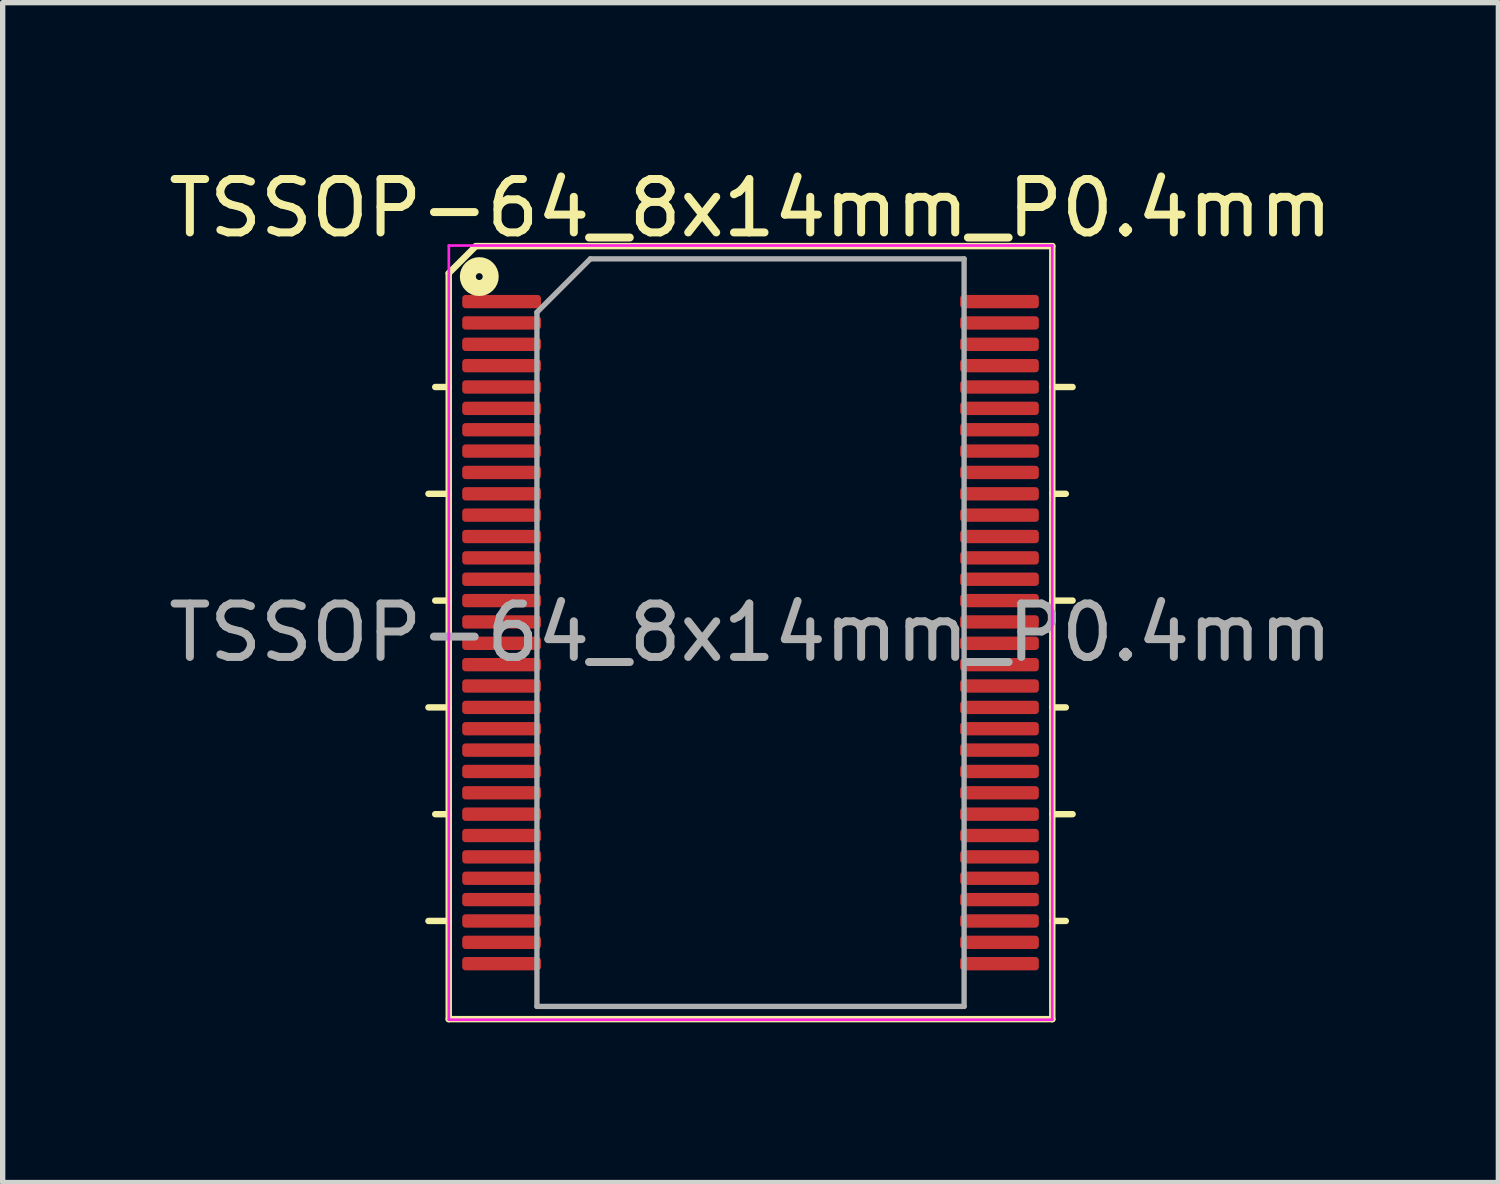
<source format=kicad_pcb>
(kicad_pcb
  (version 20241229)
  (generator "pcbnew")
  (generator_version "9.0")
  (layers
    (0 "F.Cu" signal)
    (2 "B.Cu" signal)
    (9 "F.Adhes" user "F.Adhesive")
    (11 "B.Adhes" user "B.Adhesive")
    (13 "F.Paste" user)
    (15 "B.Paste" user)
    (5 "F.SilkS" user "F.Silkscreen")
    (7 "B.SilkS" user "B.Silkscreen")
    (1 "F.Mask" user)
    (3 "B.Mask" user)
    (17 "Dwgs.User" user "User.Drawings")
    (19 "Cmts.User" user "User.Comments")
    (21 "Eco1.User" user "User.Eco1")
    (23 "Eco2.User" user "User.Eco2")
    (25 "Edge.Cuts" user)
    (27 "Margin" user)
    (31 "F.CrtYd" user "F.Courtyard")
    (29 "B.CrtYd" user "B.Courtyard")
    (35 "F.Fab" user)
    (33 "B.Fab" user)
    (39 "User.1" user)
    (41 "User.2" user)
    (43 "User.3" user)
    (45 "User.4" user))
  (footprint "TSSOP-64_8x14mm_P0.4mm"
    (layer "F.Cu")
    (at 11.006 8.798)
    (property "Reference" "TSSOP-64_8x14mm_P0.4mm" (at 0 -7.95 0) (layer "F.SilkS") (effects (font (size 1 1) (thickness 0.15))))
    (attr smd)
    (fp_line (start -5.652 -6.731) (end -5.652 7.239) (stroke (width 0.12) (type solid)) (layer "F.SilkS"))
    (fp_line (start -5.652 -6.731) (end -5.144 -7.239) (stroke (width 0.12) (type solid)) (layer "F.SilkS"))
    (fp_line (start -5.652 -4.6) (end -5.905 -4.6) (stroke (width 0.12) (type solid)) (layer "F.SilkS"))
    (fp_line (start -5.652 -2.6) (end -6.032 -2.6) (stroke (width 0.12) (type solid)) (layer "F.SilkS"))
    (fp_line (start -5.652 -0.6) (end -5.905 -0.6) (stroke (width 0.12) (type solid)) (layer "F.SilkS"))
    (fp_line (start -5.652 1.4) (end -6.032 1.4) (stroke (width 0.12) (type solid)) (layer "F.SilkS"))
    (fp_line (start -5.652 3.4) (end -5.905 3.4) (stroke (width 0.12) (type solid)) (layer "F.SilkS"))
    (fp_line (start -5.652 5.4) (end -6.032 5.4) (stroke (width 0.12) (type solid)) (layer "F.SilkS"))
    (fp_line (start -5.652 7.239) (end 5.652 7.239) (stroke (width 0.12) (type solid)) (layer "F.SilkS"))
    (fp_line (start 5.652 -7.239) (end -5.144 -7.239) (stroke (width 0.12) (type solid)) (layer "F.SilkS"))
    (fp_line (start 5.652 5.4) (end 5.905 5.4) (stroke (width 0.12) (type solid)) (layer "F.SilkS"))
    (fp_line (start 5.652 7.239) (end 5.652 -7.239) (stroke (width 0.12) (type solid)) (layer "F.SilkS"))
    (fp_line (start 5.905 -2.6) (end 5.652 -2.6) (stroke (width 0.12) (type solid)) (layer "F.SilkS"))
    (fp_line (start 5.905 1.4) (end 5.652 1.4) (stroke (width 0.12) (type solid)) (layer "F.SilkS"))
    (fp_line (start 6.032 -4.6) (end 5.652 -4.6) (stroke (width 0.12) (type solid)) (layer "F.SilkS"))
    (fp_line (start 6.032 -0.6) (end 5.652 -0.6) (stroke (width 0.12) (type solid)) (layer "F.SilkS"))
    (fp_line (start 6.032 3.4) (end 5.652 3.4) (stroke (width 0.12) (type solid)) (layer "F.SilkS"))
    (fp_circle (center -5.08 -6.668) (end -5.016 -6.668) (stroke (width 0.3) (type solid)) (fill no) (layer "F.SilkS"))
    (fp_line (start -5.65 -7.25) (end -5.65 7.25) (stroke (width 0.05) (type solid)) (layer "F.CrtYd"))
    (fp_line (start -5.65 7.25) (end 5.65 7.25) (stroke (width 0.05) (type solid)) (layer "F.CrtYd"))
    (fp_line (start 5.65 -7.25) (end -5.65 -7.25) (stroke (width 0.05) (type solid)) (layer "F.CrtYd"))
    (fp_line (start 5.65 7.25) (end 5.65 -7.25) (stroke (width 0.05) (type solid)) (layer "F.CrtYd"))
    (fp_line (start -4 -6) (end -3 -7) (stroke (width 0.1) (type solid)) (layer "F.Fab"))
    (fp_line (start -4 7) (end -4 -6) (stroke (width 0.1) (type solid)) (layer "F.Fab"))
    (fp_line (start -3 -7) (end 4 -7) (stroke (width 0.1) (type solid)) (layer "F.Fab"))
    (fp_line (start 4 -7) (end 4 7) (stroke (width 0.1) (type solid)) (layer "F.Fab"))
    (fp_line (start 4 7) (end -4 7) (stroke (width 0.1) (type solid)) (layer "F.Fab"))
    (fp_text user "${REFERENCE}" (at 0 0 0) (layer "F.Fab") (effects (font (size 1 1) (thickness 0.15))))
    (pad "1" smd roundrect (at -4.662 -6.2) (size 1.475 0.25) (layers "F.Cu" "F.Mask" "F.Paste") (roundrect_rratio 0.25))
    (pad "2" smd roundrect (at -4.662 -5.8) (size 1.475 0.25) (layers "F.Cu" "F.Mask" "F.Paste") (roundrect_rratio 0.25))
    (pad "3" smd roundrect (at -4.662 -5.4) (size 1.475 0.25) (layers "F.Cu" "F.Mask" "F.Paste") (roundrect_rratio 0.25))
    (pad "4" smd roundrect (at -4.662 -5) (size 1.475 0.25) (layers "F.Cu" "F.Mask" "F.Paste") (roundrect_rratio 0.25))
    (pad "5" smd roundrect (at -4.662 -4.6) (size 1.475 0.25) (layers "F.Cu" "F.Mask" "F.Paste") (roundrect_rratio 0.25))
    (pad "6" smd roundrect (at -4.662 -4.2) (size 1.475 0.25) (layers "F.Cu" "F.Mask" "F.Paste") (roundrect_rratio 0.25))
    (pad "7" smd roundrect (at -4.662 -3.8) (size 1.475 0.25) (layers "F.Cu" "F.Mask" "F.Paste") (roundrect_rratio 0.25))
    (pad "8" smd roundrect (at -4.662 -3.4) (size 1.475 0.25) (layers "F.Cu" "F.Mask" "F.Paste") (roundrect_rratio 0.25))
    (pad "9" smd roundrect (at -4.662 -3) (size 1.475 0.25) (layers "F.Cu" "F.Mask" "F.Paste") (roundrect_rratio 0.25))
    (pad "10" smd roundrect (at -4.662 -2.6) (size 1.475 0.25) (layers "F.Cu" "F.Mask" "F.Paste") (roundrect_rratio 0.25))
    (pad "11" smd roundrect (at -4.662 -2.2) (size 1.475 0.25) (layers "F.Cu" "F.Mask" "F.Paste") (roundrect_rratio 0.25))
    (pad "12" smd roundrect (at -4.662 -1.8) (size 1.475 0.25) (layers "F.Cu" "F.Mask" "F.Paste") (roundrect_rratio 0.25))
    (pad "13" smd roundrect (at -4.662 -1.4) (size 1.475 0.25) (layers "F.Cu" "F.Mask" "F.Paste") (roundrect_rratio 0.25))
    (pad "14" smd roundrect (at -4.662 -1) (size 1.475 0.25) (layers "F.Cu" "F.Mask" "F.Paste") (roundrect_rratio 0.25))
    (pad "15" smd roundrect (at -4.662 -0.6) (size 1.475 0.25) (layers "F.Cu" "F.Mask" "F.Paste") (roundrect_rratio 0.25))
    (pad "16" smd roundrect (at -4.662 -0.2) (size 1.475 0.25) (layers "F.Cu" "F.Mask" "F.Paste") (roundrect_rratio 0.25))
    (pad "17" smd roundrect (at -4.662 0.2) (size 1.475 0.25) (layers "F.Cu" "F.Mask" "F.Paste") (roundrect_rratio 0.25))
    (pad "18" smd roundrect (at -4.662 0.6) (size 1.475 0.25) (layers "F.Cu" "F.Mask" "F.Paste") (roundrect_rratio 0.25))
    (pad "19" smd roundrect (at -4.662 1) (size 1.475 0.25) (layers "F.Cu" "F.Mask" "F.Paste") (roundrect_rratio 0.25))
    (pad "20" smd roundrect (at -4.662 1.4) (size 1.475 0.25) (layers "F.Cu" "F.Mask" "F.Paste") (roundrect_rratio 0.25))
    (pad "21" smd roundrect (at -4.662 1.8) (size 1.475 0.25) (layers "F.Cu" "F.Mask" "F.Paste") (roundrect_rratio 0.25))
    (pad "22" smd roundrect (at -4.662 2.2) (size 1.475 0.25) (layers "F.Cu" "F.Mask" "F.Paste") (roundrect_rratio 0.25))
    (pad "23" smd roundrect (at -4.662 2.6) (size 1.475 0.25) (layers "F.Cu" "F.Mask" "F.Paste") (roundrect_rratio 0.25))
    (pad "24" smd roundrect (at -4.662 3) (size 1.475 0.25) (layers "F.Cu" "F.Mask" "F.Paste") (roundrect_rratio 0.25))
    (pad "25" smd roundrect (at -4.662 3.4) (size 1.475 0.25) (layers "F.Cu" "F.Mask" "F.Paste") (roundrect_rratio 0.25))
    (pad "26" smd roundrect (at -4.662 3.8) (size 1.475 0.25) (layers "F.Cu" "F.Mask" "F.Paste") (roundrect_rratio 0.25))
    (pad "27" smd roundrect (at -4.662 4.2) (size 1.475 0.25) (layers "F.Cu" "F.Mask" "F.Paste") (roundrect_rratio 0.25))
    (pad "28" smd roundrect (at -4.662 4.6) (size 1.475 0.25) (layers "F.Cu" "F.Mask" "F.Paste") (roundrect_rratio 0.25))
    (pad "29" smd roundrect (at -4.662 5) (size 1.475 0.25) (layers "F.Cu" "F.Mask" "F.Paste") (roundrect_rratio 0.25))
    (pad "30" smd roundrect (at -4.662 5.4) (size 1.475 0.25) (layers "F.Cu" "F.Mask" "F.Paste") (roundrect_rratio 0.25))
    (pad "31" smd roundrect (at -4.662 5.8) (size 1.475 0.25) (layers "F.Cu" "F.Mask" "F.Paste") (roundrect_rratio 0.25))
    (pad "32" smd roundrect (at -4.662 6.2) (size 1.475 0.25) (layers "F.Cu" "F.Mask" "F.Paste") (roundrect_rratio 0.25))
    (pad "33" smd roundrect (at 4.662 6.2) (size 1.475 0.25) (layers "F.Cu" "F.Mask" "F.Paste") (roundrect_rratio 0.25))
    (pad "34" smd roundrect (at 4.662 5.8) (size 1.475 0.25) (layers "F.Cu" "F.Mask" "F.Paste") (roundrect_rratio 0.25))
    (pad "35" smd roundrect (at 4.662 5.4) (size 1.475 0.25) (layers "F.Cu" "F.Mask" "F.Paste") (roundrect_rratio 0.25))
    (pad "36" smd roundrect (at 4.662 5) (size 1.475 0.25) (layers "F.Cu" "F.Mask" "F.Paste") (roundrect_rratio 0.25))
    (pad "37" smd roundrect (at 4.662 4.6) (size 1.475 0.25) (layers "F.Cu" "F.Mask" "F.Paste") (roundrect_rratio 0.25))
    (pad "38" smd roundrect (at 4.662 4.2) (size 1.475 0.25) (layers "F.Cu" "F.Mask" "F.Paste") (roundrect_rratio 0.25))
    (pad "39" smd roundrect (at 4.662 3.8) (size 1.475 0.25) (layers "F.Cu" "F.Mask" "F.Paste") (roundrect_rratio 0.25))
    (pad "40" smd roundrect (at 4.662 3.4) (size 1.475 0.25) (layers "F.Cu" "F.Mask" "F.Paste") (roundrect_rratio 0.25))
    (pad "41" smd roundrect (at 4.662 3) (size 1.475 0.25) (layers "F.Cu" "F.Mask" "F.Paste") (roundrect_rratio 0.25))
    (pad "42" smd roundrect (at 4.662 2.6) (size 1.475 0.25) (layers "F.Cu" "F.Mask" "F.Paste") (roundrect_rratio 0.25))
    (pad "43" smd roundrect (at 4.662 2.2) (size 1.475 0.25) (layers "F.Cu" "F.Mask" "F.Paste") (roundrect_rratio 0.25))
    (pad "44" smd roundrect (at 4.662 1.8) (size 1.475 0.25) (layers "F.Cu" "F.Mask" "F.Paste") (roundrect_rratio 0.25))
    (pad "45" smd roundrect (at 4.662 1.4) (size 1.475 0.25) (layers "F.Cu" "F.Mask" "F.Paste") (roundrect_rratio 0.25))
    (pad "46" smd roundrect (at 4.662 1) (size 1.475 0.25) (layers "F.Cu" "F.Mask" "F.Paste") (roundrect_rratio 0.25))
    (pad "47" smd roundrect (at 4.662 0.6) (size 1.475 0.25) (layers "F.Cu" "F.Mask" "F.Paste") (roundrect_rratio 0.25))
    (pad "48" smd roundrect (at 4.662 0.2) (size 1.475 0.25) (layers "F.Cu" "F.Mask" "F.Paste") (roundrect_rratio 0.25))
    (pad "49" smd roundrect (at 4.662 -0.2) (size 1.475 0.25) (layers "F.Cu" "F.Mask" "F.Paste") (roundrect_rratio 0.25))
    (pad "50" smd roundrect (at 4.662 -0.6) (size 1.475 0.25) (layers "F.Cu" "F.Mask" "F.Paste") (roundrect_rratio 0.25))
    (pad "51" smd roundrect (at 4.662 -1) (size 1.475 0.25) (layers "F.Cu" "F.Mask" "F.Paste") (roundrect_rratio 0.25))
    (pad "52" smd roundrect (at 4.662 -1.4) (size 1.475 0.25) (layers "F.Cu" "F.Mask" "F.Paste") (roundrect_rratio 0.25))
    (pad "53" smd roundrect (at 4.662 -1.8) (size 1.475 0.25) (layers "F.Cu" "F.Mask" "F.Paste") (roundrect_rratio 0.25))
    (pad "54" smd roundrect (at 4.662 -2.2) (size 1.475 0.25) (layers "F.Cu" "F.Mask" "F.Paste") (roundrect_rratio 0.25))
    (pad "55" smd roundrect (at 4.662 -2.6) (size 1.475 0.25) (layers "F.Cu" "F.Mask" "F.Paste") (roundrect_rratio 0.25))
    (pad "56" smd roundrect (at 4.662 -3) (size 1.475 0.25) (layers "F.Cu" "F.Mask" "F.Paste") (roundrect_rratio 0.25))
    (pad "57" smd roundrect (at 4.662 -3.4) (size 1.475 0.25) (layers "F.Cu" "F.Mask" "F.Paste") (roundrect_rratio 0.25))
    (pad "58" smd roundrect (at 4.662 -3.8) (size 1.475 0.25) (layers "F.Cu" "F.Mask" "F.Paste") (roundrect_rratio 0.25))
    (pad "59" smd roundrect (at 4.662 -4.2) (size 1.475 0.25) (layers "F.Cu" "F.Mask" "F.Paste") (roundrect_rratio 0.25))
    (pad "60" smd roundrect (at 4.662 -4.6) (size 1.475 0.25) (layers "F.Cu" "F.Mask" "F.Paste") (roundrect_rratio 0.25))
    (pad "61" smd roundrect (at 4.662 -5) (size 1.475 0.25) (layers "F.Cu" "F.Mask" "F.Paste") (roundrect_rratio 0.25))
    (pad "62" smd roundrect (at 4.662 -5.4) (size 1.475 0.25) (layers "F.Cu" "F.Mask" "F.Paste") (roundrect_rratio 0.25))
    (pad "63" smd roundrect (at 4.662 -5.8) (size 1.475 0.25) (layers "F.Cu" "F.Mask" "F.Paste") (roundrect_rratio 0.25))
    (pad "64" smd roundrect (at 4.662 -6.2) (size 1.475 0.25) (layers "F.Cu" "F.Mask" "F.Paste") (roundrect_rratio 0.25)))
  (gr_rect
    (start -3 -3)
    (end 25.012 19.097)
    (stroke (width 0.1) (type default))
    (fill no)
    (layer "Edge.Cuts")))
</source>
